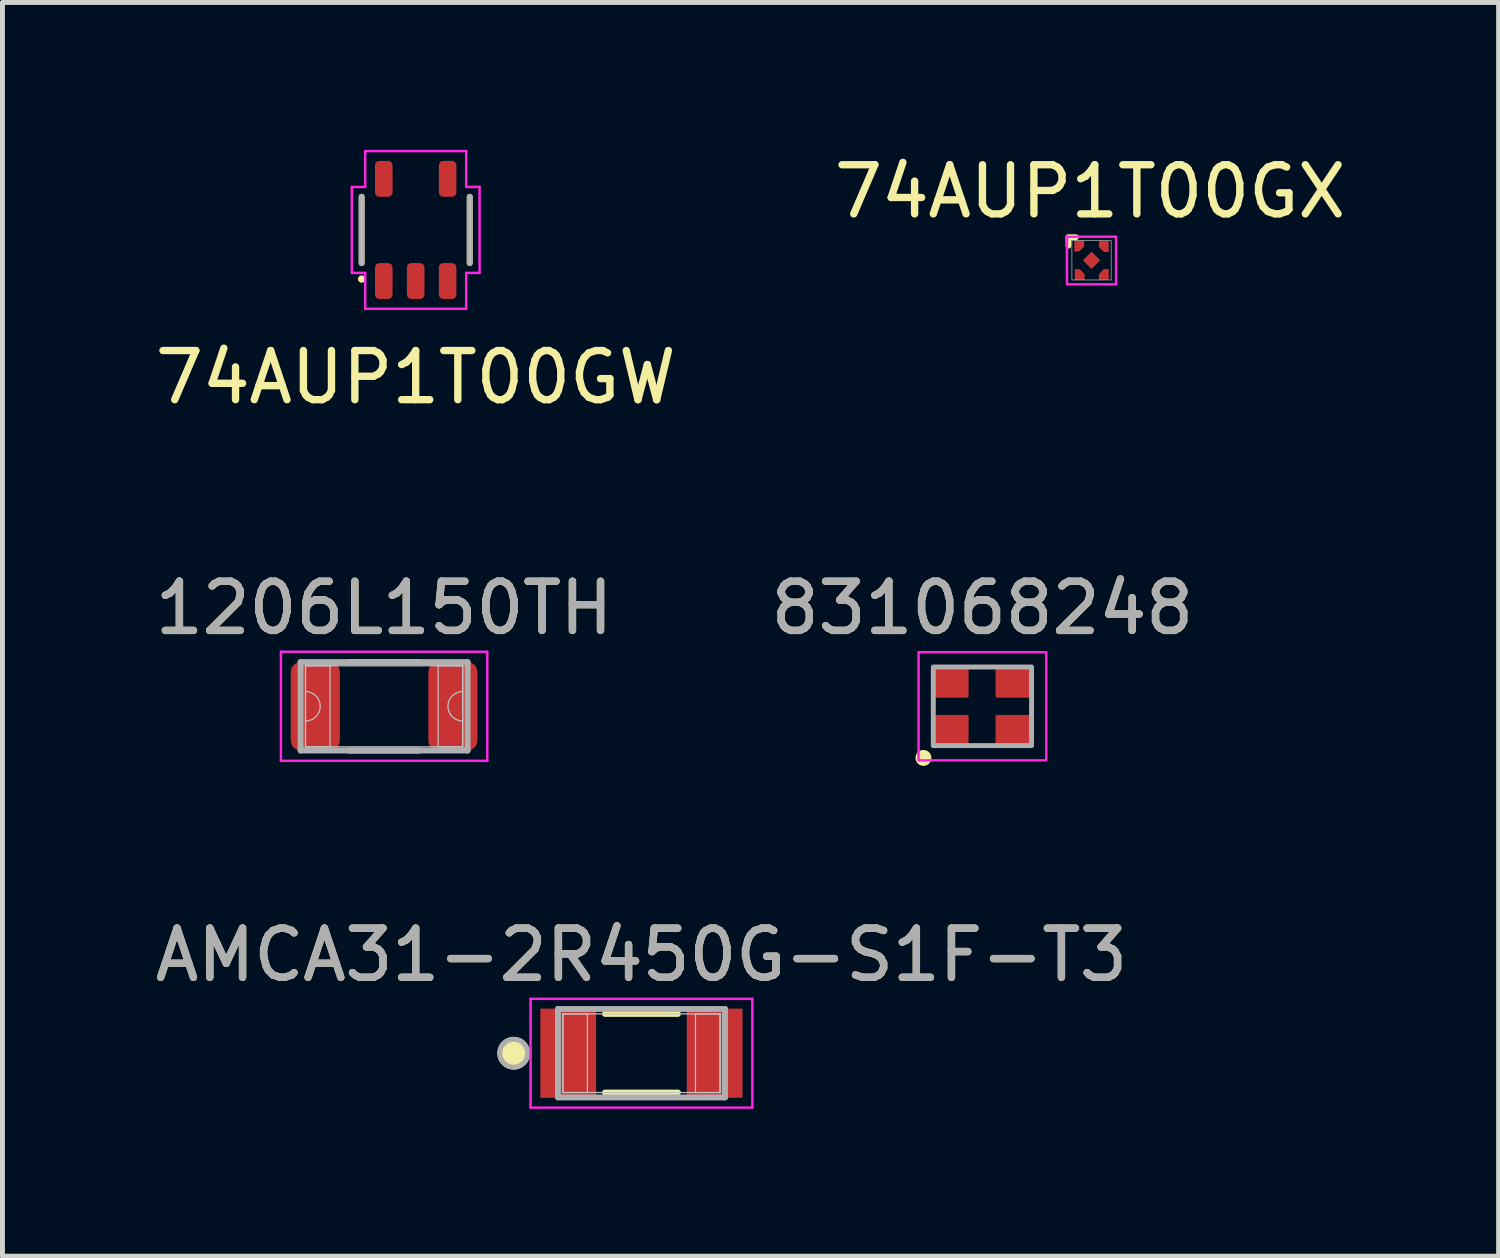
<source format=kicad_pcb>
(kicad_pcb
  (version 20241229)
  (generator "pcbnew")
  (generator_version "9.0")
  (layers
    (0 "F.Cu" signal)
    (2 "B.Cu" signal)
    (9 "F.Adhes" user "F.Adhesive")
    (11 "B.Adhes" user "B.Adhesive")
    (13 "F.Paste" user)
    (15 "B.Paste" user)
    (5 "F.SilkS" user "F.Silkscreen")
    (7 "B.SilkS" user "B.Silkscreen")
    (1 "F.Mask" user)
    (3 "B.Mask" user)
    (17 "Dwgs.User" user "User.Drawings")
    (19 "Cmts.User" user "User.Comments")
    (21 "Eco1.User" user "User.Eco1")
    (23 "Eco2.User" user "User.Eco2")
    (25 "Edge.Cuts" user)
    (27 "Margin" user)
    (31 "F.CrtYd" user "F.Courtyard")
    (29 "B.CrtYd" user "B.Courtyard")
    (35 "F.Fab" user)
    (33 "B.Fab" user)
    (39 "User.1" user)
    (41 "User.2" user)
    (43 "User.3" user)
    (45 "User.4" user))
  (footprint "831068248"
    (layer "F.Cu")
    (at 16.946 11.326)
    (property "Reference" "831068248" (at 0 -2 0) (unlocked yes) (layer "F.SilkS") (effects (font (size 1 1) (thickness 0.15))))
    (attr smd)
    (fp_circle (center -1.2 1.05) (end -1.088 1.05) (stroke (width 0.1) (type solid)) (fill yes) (layer "F.SilkS"))
    (fp_rect (start -1.3 -1.1) (end 1.3 1.1) (stroke (width 0.05) (type solid)) (fill no) (layer "F.CrtYd"))
    (fp_rect (start -1 -0.8) (end 1 0.8) (stroke (width 0.1) (type solid)) (fill no) (layer "F.Fab"))
    (fp_text user "${REFERENCE}" (at 0 -2 0) (unlocked yes) (layer "F.Fab") (effects (font (size 1 1) (thickness 0.15))))
    (pad "1" smd roundrect (at -0.657 0.5) (size 0.75 0.65) (layers "F.Cu" "F.Mask" "F.Paste") (roundrect_rratio 0.05))
    (pad "2" smd roundrect (at 0.642 0.5) (size 0.75 0.65) (layers "F.Cu" "F.Mask" "F.Paste") (roundrect_rratio 0.05))
    (pad "3" smd roundrect (at 0.642 -0.5) (size 0.75 0.65) (layers "F.Cu" "F.Mask" "F.Paste") (roundrect_rratio 0.05))
    (pad "4" smd roundrect (at -0.657 -0.5) (size 0.75 0.65) (layers "F.Cu" "F.Mask" "F.Paste") (roundrect_rratio 0.05)))
  (footprint "1206L150TH"
    (layer "F.Cu")
    (at 4.768 11.326)
    (property "Reference" "1206L150TH" (at 0 -2 0) (layer "F.SilkS") (effects (font (size 1 1) (thickness 0.15))))
    (attr smd)
    (fp_line (start -0.72 -0.9) (end 0.72 -0.9) (stroke (width 0.12) (type solid)) (layer "F.SilkS"))
    (fp_line (start -0.72 0.9) (end 0.72 0.9) (stroke (width 0.12) (type solid)) (layer "F.SilkS"))
    (fp_line (start -1.6 -0.825) (end -1.1 -0.825) (stroke (width 0.025) (type solid)) (layer "Dwgs.User"))
    (fp_line (start -1.6 -0.825) (end 1.6 -0.825) (stroke (width 0.025) (type solid)) (layer "Dwgs.User"))
    (fp_line (start -1.6 0.825) (end -1.6 -0.825) (stroke (width 0.025) (type solid)) (layer "Dwgs.User"))
    (fp_line (start -1.6 0.825) (end -1.6 -0.825) (stroke (width 0.025) (type solid)) (layer "Dwgs.User"))
    (fp_line (start -1.1 -0.825) (end -1.1 0.825) (stroke (width 0.025) (type solid)) (layer "Dwgs.User"))
    (fp_line (start -1.1 0.825) (end -1.6 0.825) (stroke (width 0.025) (type solid)) (layer "Dwgs.User"))
    (fp_line (start 1.1 -0.825) (end 1.6 -0.825) (stroke (width 0.025) (type solid)) (layer "Dwgs.User"))
    (fp_line (start 1.1 0.825) (end 1.1 -0.825) (stroke (width 0.025) (type solid)) (layer "Dwgs.User"))
    (fp_line (start 1.6 -0.825) (end 1.6 0.825) (stroke (width 0.025) (type solid)) (layer "Dwgs.User"))
    (fp_line (start 1.6 -0.825) (end 1.6 0.825) (stroke (width 0.025) (type solid)) (layer "Dwgs.User"))
    (fp_line (start 1.6 0.825) (end -1.6 0.825) (stroke (width 0.025) (type solid)) (layer "Dwgs.User"))
    (fp_line (start 1.6 0.825) (end 1.1 0.825) (stroke (width 0.025) (type solid)) (layer "Dwgs.User"))
    (fp_arc (start -1.6 -0.3) (mid -1.3 0) (end -1.6 0.3) (stroke (width 0.025) (type solid)) (layer "Dwgs.User"))
    (fp_arc (start 1.6 0.3) (mid 1.3 0) (end 1.6 -0.3) (stroke (width 0.025) (type solid)) (layer "Dwgs.User"))
    (fp_line (start -2.1 -1.11) (end 2.1 -1.11) (stroke (width 0.05) (type solid)) (layer "F.CrtYd"))
    (fp_line (start -2.1 1.11) (end -2.1 -1.11) (stroke (width 0.05) (type solid)) (layer "F.CrtYd"))
    (fp_line (start 2.1 -1.11) (end 2.1 1.11) (stroke (width 0.05) (type solid)) (layer "F.CrtYd"))
    (fp_line (start 2.1 1.11) (end -2.1 1.11) (stroke (width 0.05) (type solid)) (layer "F.CrtYd"))
    (fp_line (start -1.7 -0.9) (end 1.7 -0.9) (stroke (width 0.12) (type solid)) (layer "F.Fab"))
    (fp_line (start -1.7 0.9) (end -1.7 -0.9) (stroke (width 0.12) (type solid)) (layer "F.Fab"))
    (fp_line (start 1.7 -0.9) (end 1.7 0.9) (stroke (width 0.12) (type solid)) (layer "F.Fab"))
    (fp_line (start 1.7 0.9) (end -1.7 0.9) (stroke (width 0.12) (type solid)) (layer "F.Fab"))
    (fp_text user "${REFERENCE}" (at 0 -2 0) (layer "F.Fab") (effects (font (size 1 1) (thickness 0.15))))
    (pad "1" smd roundrect (at -1.4 0) (size 1 1.8) (layers "F.Cu" "F.Mask" "F.Paste") (roundrect_rratio 0.2))
    (pad "2" smd roundrect (at 1.4 0) (size 1 1.8) (layers "F.Cu" "F.Mask" "F.Paste") (roundrect_rratio 0.2)))
  (footprint "74AUP1T00GX"
    (layer "F.Cu")
    (at 19.167 2.248)
    (property "Reference" "74AUP1T00GX" (at -0.03 -1.4 0) (unlocked yes) (layer "F.SilkS") (effects (font (size 1 1) (thickness 0.15))))
    (attr smd)
    (fp_line (start -0.47 -0.45) (end -0.47 -0.3) (stroke (width 0.12) (type solid)) (layer "F.SilkS"))
    (fp_line (start -0.32 -0.47) (end -0.47 -0.47) (stroke (width 0.12) (type solid)) (layer "F.SilkS"))
    (fp_rect (start 0.5 0.49) (end -0.5 -0.48) (stroke (width 0.05) (type solid)) (fill no) (layer "F.CrtYd"))
    (fp_rect (start -0.4 -0.4) (end 0.4 0.4) (stroke (width 0.015) (type solid)) (fill no) (layer "F.Fab"))
    (pad "1" smd roundrect (at -0.25 -0.29) (size 0.2 0.22) (layers "F.Cu" "F.Mask" "F.Paste") (roundrect_rratio 0) (chamfer_ratio 0.5) (chamfer bottom_right))
    (pad "2" smd roundrect (at -0.24 0.29) (size 0.2 0.22) (layers "F.Cu" "F.Mask" "F.Paste") (roundrect_rratio 0) (chamfer_ratio 0.5) (chamfer top_right))
    (pad "3" smd roundrect (at 0 0) (size 0.353 0.353) (layers "F.Cu" "F.Mask" "F.Paste") (roundrect_rratio 0) (chamfer_ratio 0.5) (chamfer top_left top_right bottom_left bottom_right))
    (pad "4" smd roundrect (at 0.25 0.29) (size 0.2 0.22) (layers "F.Cu" "F.Mask" "F.Paste") (roundrect_rratio 0) (chamfer_ratio 0.5) (chamfer top_left))
    (pad "5" smd roundrect (at 0.25 -0.28) (size 0.2 0.22) (layers "F.Cu" "F.Mask" "F.Paste") (roundrect_rratio 0) (chamfer_ratio 0.5) (chamfer bottom_left)))
  (footprint "AMCA31-2R450G-S1F-T3"
    (layer "F.Cu")
    (at 10.006 18.387)
    (property "Reference" "AMCA31-2R450G-S1F-T3" (at 0 -2 0) (layer "F.SilkS") (effects (font (size 1 1) (thickness 0.15))))
    (attr smd)
    (fp_line (start -0.742 -0.8) (end 0.742 -0.8) (stroke (width 0.12) (type solid)) (layer "F.SilkS"))
    (fp_line (start -0.742 0.8) (end 0.742 0.8) (stroke (width 0.12) (type solid)) (layer "F.SilkS"))
    (fp_circle (center -2.6 0) (end -2.317 0) (stroke (width 0.1) (type solid)) (fill yes) (layer "F.SilkS"))
    (fp_line (start -1.6 -0.8) (end -1.1 -0.8) (stroke (width 0.025) (type solid)) (layer "Dwgs.User"))
    (fp_line (start -1.6 -0.8) (end 1.6 -0.8) (stroke (width 0.025) (type solid)) (layer "Dwgs.User"))
    (fp_line (start -1.6 0.8) (end -1.6 -0.8) (stroke (width 0.025) (type solid)) (layer "Dwgs.User"))
    (fp_line (start -1.6 0.8) (end -1.6 -0.8) (stroke (width 0.025) (type solid)) (layer "Dwgs.User"))
    (fp_line (start -1.1 -0.8) (end -1.1 0.8) (stroke (width 0.025) (type solid)) (layer "Dwgs.User"))
    (fp_line (start -1.1 0.8) (end -1.6 0.8) (stroke (width 0.025) (type solid)) (layer "Dwgs.User"))
    (fp_line (start 1.1 -0.8) (end 1.6 -0.8) (stroke (width 0.025) (type solid)) (layer "Dwgs.User"))
    (fp_line (start 1.1 0.8) (end 1.1 -0.8) (stroke (width 0.025) (type solid)) (layer "Dwgs.User"))
    (fp_line (start 1.6 -0.8) (end 1.6 0.8) (stroke (width 0.025) (type solid)) (layer "Dwgs.User"))
    (fp_line (start 1.6 -0.8) (end 1.6 0.8) (stroke (width 0.025) (type solid)) (layer "Dwgs.User"))
    (fp_line (start 1.6 0.8) (end -1.6 0.8) (stroke (width 0.025) (type solid)) (layer "Dwgs.User"))
    (fp_line (start 1.6 0.8) (end 1.1 0.8) (stroke (width 0.025) (type solid)) (layer "Dwgs.User"))
    (fp_line (start -2.257 -1.107) (end 2.257 -1.107) (stroke (width 0.05) (type solid)) (layer "F.CrtYd"))
    (fp_line (start -2.257 1.107) (end -2.257 -1.107) (stroke (width 0.05) (type solid)) (layer "F.CrtYd"))
    (fp_line (start 2.257 -1.107) (end 2.257 1.107) (stroke (width 0.05) (type solid)) (layer "F.CrtYd"))
    (fp_line (start 2.257 1.107) (end -2.257 1.107) (stroke (width 0.05) (type solid)) (layer "F.CrtYd"))
    (fp_line (start -1.7 -0.9) (end 1.7 -0.9) (stroke (width 0.12) (type solid)) (layer "F.Fab"))
    (fp_line (start -1.7 0.9) (end -1.7 -0.9) (stroke (width 0.12) (type solid)) (layer "F.Fab"))
    (fp_line (start 1.7 -0.9) (end 1.7 0.9) (stroke (width 0.12) (type solid)) (layer "F.Fab"))
    (fp_line (start 1.7 0.9) (end -1.7 0.9) (stroke (width 0.12) (type solid)) (layer "F.Fab"))
    (fp_circle (center -2.6 0) (end -2.317 0) (stroke (width 0.1) (type solid)) (fill no) (layer "F.Fab"))
    (fp_text user "${REFERENCE}" (at 0 -2 0) (layer "F.Fab") (effects (font (size 1 1) (thickness 0.15))))
    (pad "1" smd rect (at -1.49 0) (size 1.135 1.815) (layers "F.Cu" "F.Mask" "F.Paste"))
    (pad "2" smd rect (at 1.49 0) (size 1.135 1.815) (layers "F.Cu" "F.Mask" "F.Paste")))
  (footprint "74AUP1T00GW"
    (layer "F.Cu")
    (at 5.411 1.63)
    (property "Reference" "74AUP1T00GW" (at 0 3 0) (layer "F.SilkS") (effects (font (size 1 1) (thickness 0.15))))
    (attr smd)
    (fp_line (start -1.1 0.675) (end -1.1 -0.675) (stroke (width 0.12) (type solid)) (layer "F.SilkS"))
    (fp_line (start 1.1 -0.675) (end 1.1 0.675) (stroke (width 0.12) (type solid)) (layer "F.SilkS"))
    (fp_circle (center -1.1 1) (end -1.075 1) (stroke (width 0.1) (type solid)) (fill yes) (layer "F.SilkS"))
    (fp_line (start -1.1 0.675) (end -1.1 -0.675) (stroke (width 0.025) (type solid)) (layer "Dwgs.User"))
    (fp_line (start 1.1 -0.675) (end 1.1 0.675) (stroke (width 0.025) (type solid)) (layer "Dwgs.User"))
    (fp_line (start -1.3 -0.875) (end -1.3 0.875) (stroke (width 0.05) (type solid)) (layer "F.CrtYd"))
    (fp_line (start -1.3 0.875) (end -1.028 0.875) (stroke (width 0.05) (type solid)) (layer "F.CrtYd"))
    (fp_line (start -1.028 -1.605) (end -1.028 -0.875) (stroke (width 0.05) (type solid)) (layer "F.CrtYd"))
    (fp_line (start -1.028 -0.875) (end -1.3 -0.875) (stroke (width 0.05) (type solid)) (layer "F.CrtYd"))
    (fp_line (start -1.028 0.875) (end -1.028 1.605) (stroke (width 0.05) (type solid)) (layer "F.CrtYd"))
    (fp_line (start -1.028 1.605) (end 1.028 1.605) (stroke (width 0.05) (type solid)) (layer "F.CrtYd"))
    (fp_line (start 1.028 -1.605) (end -1.028 -1.605) (stroke (width 0.05) (type solid)) (layer "F.CrtYd"))
    (fp_line (start 1.028 -0.875) (end 1.028 -1.605) (stroke (width 0.05) (type solid)) (layer "F.CrtYd"))
    (fp_line (start 1.028 0.875) (end 1.3 0.875) (stroke (width 0.05) (type solid)) (layer "F.CrtYd"))
    (fp_line (start 1.028 1.605) (end 1.028 0.875) (stroke (width 0.05) (type solid)) (layer "F.CrtYd"))
    (fp_line (start 1.3 -0.875) (end 1.028 -0.875) (stroke (width 0.05) (type solid)) (layer "F.CrtYd"))
    (fp_line (start 1.3 0.875) (end 1.3 -0.875) (stroke (width 0.05) (type solid)) (layer "F.CrtYd"))
    (fp_line (start -1.1 0.675) (end -1.1 -0.675) (stroke (width 0.12) (type solid)) (layer "F.Fab"))
    (fp_line (start 1.1 -0.675) (end 1.1 0.675) (stroke (width 0.12) (type solid)) (layer "F.Fab"))
    (pad "1" smd roundrect (at -0.65 1.04 90) (size 0.73 0.357) (layers "F.Cu" "F.Mask" "F.Paste") (roundrect_rratio 0.249))
    (pad "2" smd roundrect (at 0 1.04 90) (size 0.73 0.357) (layers "F.Cu" "F.Mask" "F.Paste") (roundrect_rratio 0.249))
    (pad "3" smd roundrect (at 0.65 1.04 90) (size 0.73 0.357) (layers "F.Cu" "F.Mask" "F.Paste") (roundrect_rratio 0.249))
    (pad "4" smd roundrect (at 0.65 -1.04 90) (size 0.73 0.357) (layers "F.Cu" "F.Mask" "F.Paste") (roundrect_rratio 0.249))
    (pad "5" smd roundrect (at -0.65 -1.04 90) (size 0.73 0.357) (layers "F.Cu" "F.Mask" "F.Paste") (roundrect_rratio 0.249)))
  (gr_rect
    (start -3 -3)
    (end 27.452 22.519)
    (stroke (width 0.1) (type default))
    (fill no)
    (layer "Edge.Cuts")))
</source>
